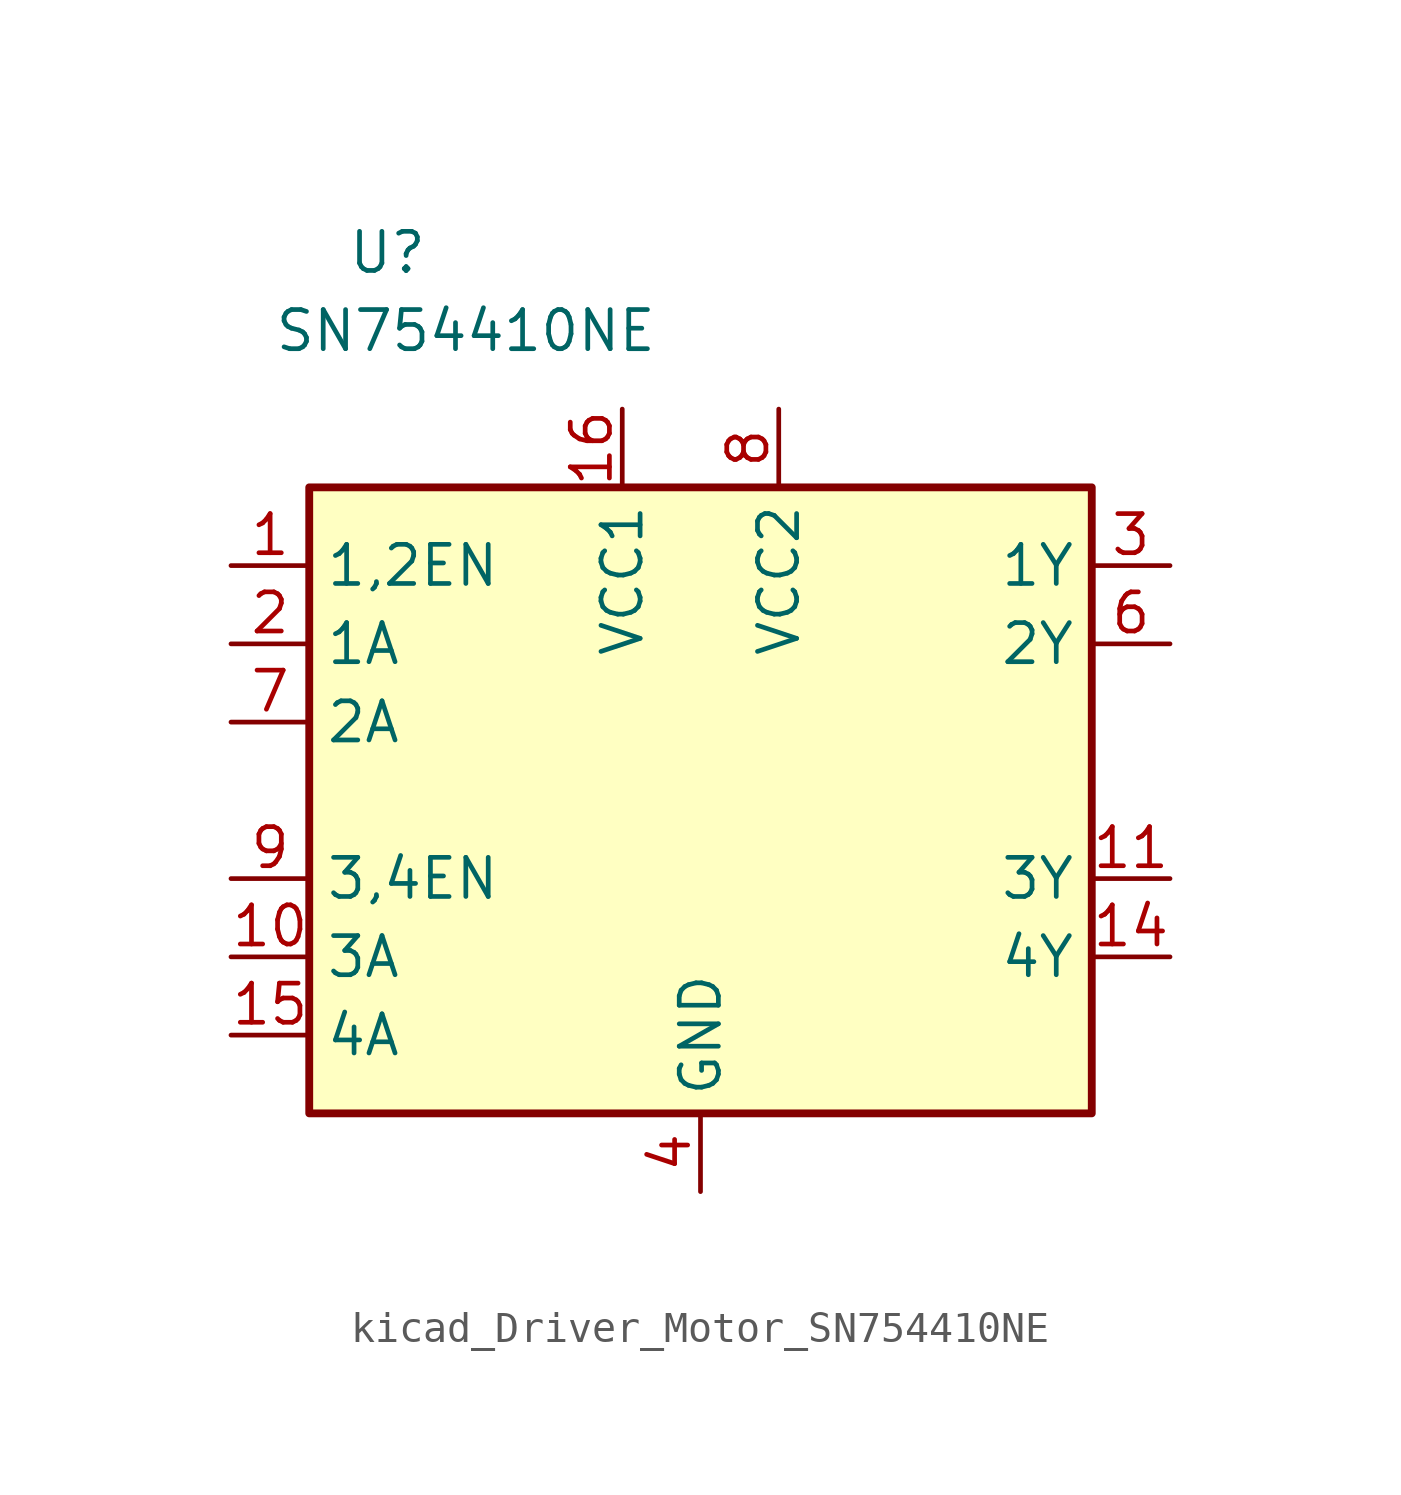
<source format=kicad_sym>
(kicad_symbol_lib
  (version 20220914)
  (generator kicad_symbol_editor)
  (symbol "kicad_Driver_Motor_SN754410NE"
    (property "Reference" "U"
      (at -10.16 17.78 0)
      (effects (font (size 1.27 1.27))))
    (property "Value" "SN754410NE"
      (at -7.62 15.24 0)
      (effects (font (size 1.27 1.27))))
    (symbol "kicad_Driver_Motor_SN754410NE_0_1"
      (rectangle (start -12.7 10.16) (end 12.7 -10.16) (stroke (width 0.254) (type default)) (fill (type background))))
    (symbol "kicad_Driver_Motor_SN754410NE_1_1"
      (pin input line (at -15.24 7.62 0) (length 2.54) (name "1,2EN" (effects (font (size 1.27 1.27)))) (number "1" (effects (font (size 1.27 1.27)))))
      (pin input line (at -15.24 -5.08 0) (length 2.54) (name "3A" (effects (font (size 1.27 1.27)))) (number "10" (effects (font (size 1.27 1.27)))))
      (pin output line (at 15.24 -2.54 180) (length 2.54) (name "3Y" (effects (font (size 1.27 1.27)))) (number "11" (effects (font (size 1.27 1.27)))))
      (pin passive line (at 0 -12.7 90) (length 2.54) hide (name "GND" (effects (font (size 1.27 1.27)))) (number "12" (effects (font (size 1.27 1.27)))))
      (pin passive line (at 0 -12.7 90) (length 2.54) hide (name "GND" (effects (font (size 1.27 1.27)))) (number "13" (effects (font (size 1.27 1.27)))))
      (pin output line (at 15.24 -5.08 180) (length 2.54) (name "4Y" (effects (font (size 1.27 1.27)))) (number "14" (effects (font (size 1.27 1.27)))))
      (pin input line (at -15.24 -7.62 0) (length 2.54) (name "4A" (effects (font (size 1.27 1.27)))) (number "15" (effects (font (size 1.27 1.27)))))
      (pin power_in line (at -2.54 12.7 270) (length 2.54) (name "VCC1" (effects (font (size 1.27 1.27)))) (number "16" (effects (font (size 1.27 1.27)))))
      (pin input line (at -15.24 5.08 0) (length 2.54) (name "1A" (effects (font (size 1.27 1.27)))) (number "2" (effects (font (size 1.27 1.27)))))
      (pin output line (at 15.24 7.62 180) (length 2.54) (name "1Y" (effects (font (size 1.27 1.27)))) (number "3" (effects (font (size 1.27 1.27)))))
      (pin power_in line (at 0 -12.7 90) (length 2.54) (name "GND" (effects (font (size 1.27 1.27)))) (number "4" (effects (font (size 1.27 1.27)))))
      (pin passive line (at 0 -12.7 90) (length 2.54) hide (name "GND" (effects (font (size 1.27 1.27)))) (number "5" (effects (font (size 1.27 1.27)))))
      (pin output line (at 15.24 5.08 180) (length 2.54) (name "2Y" (effects (font (size 1.27 1.27)))) (number "6" (effects (font (size 1.27 1.27)))))
      (pin input line (at -15.24 2.54 0) (length 2.54) (name "2A" (effects (font (size 1.27 1.27)))) (number "7" (effects (font (size 1.27 1.27)))))
      (pin power_in line (at 2.54 12.7 270) (length 2.54) (name "VCC2" (effects (font (size 1.27 1.27)))) (number "8" (effects (font (size 1.27 1.27)))))
      (pin input line (at -15.24 -2.54 0) (length 2.54) (name "3,4EN" (effects (font (size 1.27 1.27)))) (number "9" (effects (font (size 1.27 1.27))))))))
</source>
